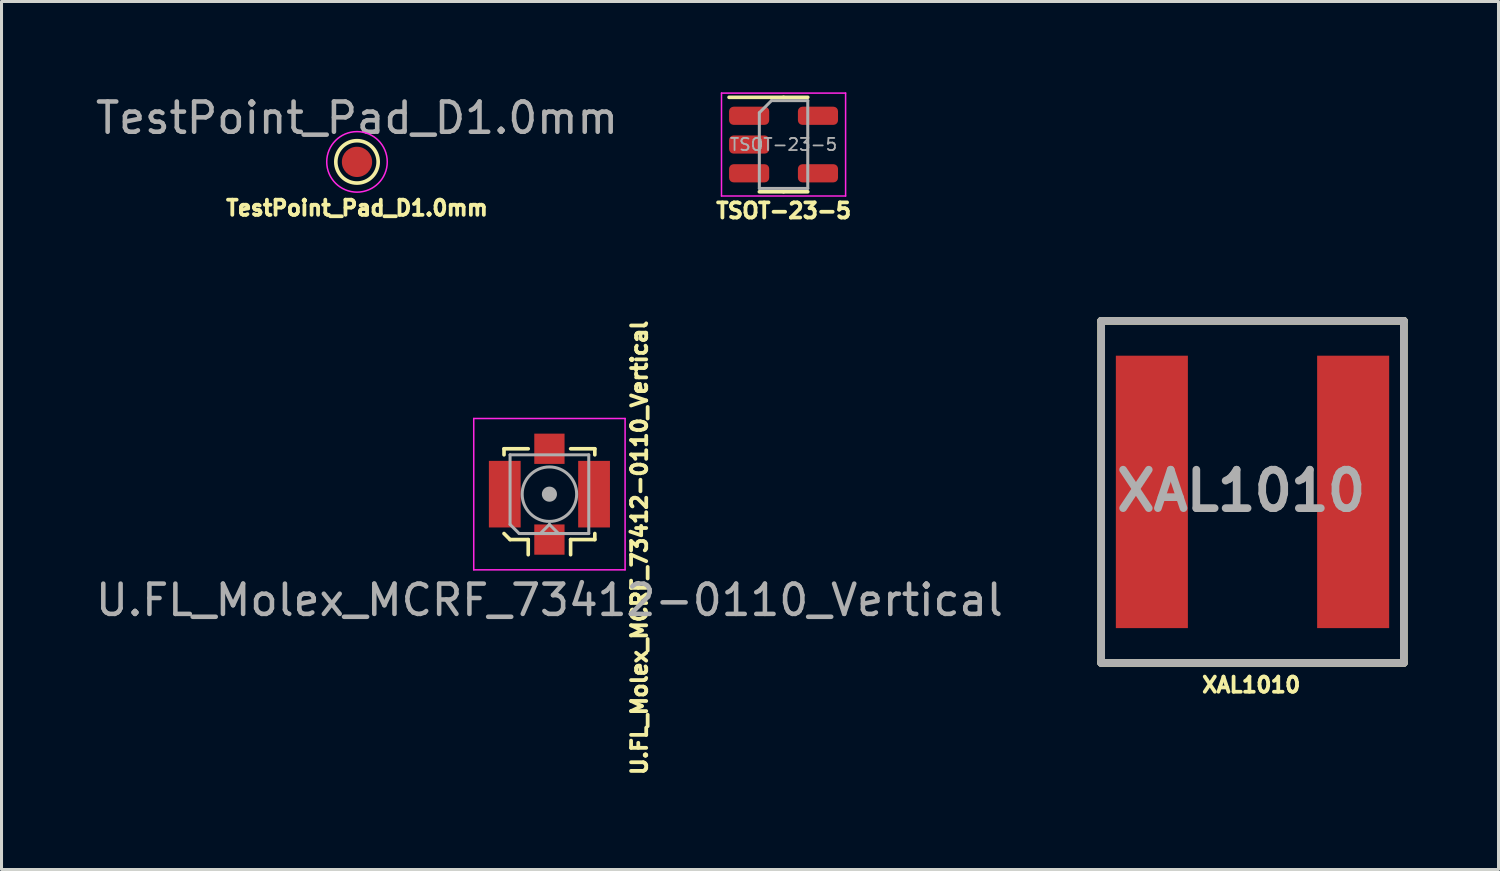
<source format=kicad_pcb>
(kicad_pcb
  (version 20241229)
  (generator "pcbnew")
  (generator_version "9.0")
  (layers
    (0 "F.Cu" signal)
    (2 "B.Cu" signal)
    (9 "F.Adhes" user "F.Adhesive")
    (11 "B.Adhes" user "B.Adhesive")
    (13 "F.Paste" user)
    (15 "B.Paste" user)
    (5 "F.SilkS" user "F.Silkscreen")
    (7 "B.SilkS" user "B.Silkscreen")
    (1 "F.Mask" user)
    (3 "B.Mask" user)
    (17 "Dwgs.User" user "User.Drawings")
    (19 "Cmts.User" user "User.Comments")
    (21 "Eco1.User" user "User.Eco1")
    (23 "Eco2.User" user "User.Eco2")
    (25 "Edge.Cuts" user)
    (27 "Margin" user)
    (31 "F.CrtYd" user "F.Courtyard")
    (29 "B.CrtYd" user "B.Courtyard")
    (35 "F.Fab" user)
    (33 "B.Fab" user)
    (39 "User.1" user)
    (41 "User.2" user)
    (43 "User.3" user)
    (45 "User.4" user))
  (footprint "U.FL_Molex_MCRF_73412-0110_Vertical"
    (layer "F.Cu")
    (at 15.101 13.276)
    (property "Reference" "U.FL_Molex_MCRF_73412-0110_Vertical" (at 2.973 1.773 90) (layer "F.SilkS") (effects (font (size 0.5 0.5) (thickness 0.125))))
    (attr smd)
    (fp_line (start -1.5 -1.5) (end -0.7 -1.5) (stroke (width 0.12) (type solid)) (layer "F.SilkS"))
    (fp_line (start -1.5 -1.3) (end -1.5 -1.5) (stroke (width 0.12) (type solid)) (layer "F.SilkS"))
    (fp_line (start -1.3 1.5) (end -1.5 1.3) (stroke (width 0.12) (type solid)) (layer "F.SilkS"))
    (fp_line (start -0.7 1.5) (end -1.3 1.5) (stroke (width 0.12) (type solid)) (layer "F.SilkS"))
    (fp_line (start -0.7 1.5) (end -0.7 2) (stroke (width 0.12) (type solid)) (layer "F.SilkS"))
    (fp_line (start 0.7 -1.5) (end 1.5 -1.5) (stroke (width 0.12) (type solid)) (layer "F.SilkS"))
    (fp_line (start 0.7 1.5) (end 0.7 2) (stroke (width 0.12) (type solid)) (layer "F.SilkS"))
    (fp_line (start 1.5 -1.5) (end 1.5 -1.3) (stroke (width 0.12) (type solid)) (layer "F.SilkS"))
    (fp_line (start 1.5 1.3) (end 1.5 1.5) (stroke (width 0.12) (type solid)) (layer "F.SilkS"))
    (fp_line (start 1.5 1.5) (end 0.7 1.5) (stroke (width 0.12) (type solid)) (layer "F.SilkS"))
    (fp_line (start -2.5 -2.5) (end -2.5 2.5) (stroke (width 0.05) (type solid)) (layer "F.CrtYd"))
    (fp_line (start -2.5 2.5) (end 2.5 2.5) (stroke (width 0.05) (type solid)) (layer "F.CrtYd"))
    (fp_line (start 2.5 -2.5) (end -2.5 -2.5) (stroke (width 0.05) (type solid)) (layer "F.CrtYd"))
    (fp_line (start 2.5 2.5) (end 2.5 -2.5) (stroke (width 0.05) (type solid)) (layer "F.CrtYd"))
    (fp_line (start -1.3 -1.3) (end -1.3 1) (stroke (width 0.1) (type solid)) (layer "F.Fab"))
    (fp_line (start -1.3 -1.3) (end 1.3 -1.3) (stroke (width 0.1) (type solid)) (layer "F.Fab"))
    (fp_line (start -1.3 1) (end -1 1.3) (stroke (width 0.1) (type solid)) (layer "F.Fab"))
    (fp_line (start -1 1.3) (end 1.3 1.3) (stroke (width 0.1) (type solid)) (layer "F.Fab"))
    (fp_line (start -0.3 1.3) (end 0 1) (stroke (width 0.1) (type solid)) (layer "F.Fab"))
    (fp_line (start 0 1) (end 0.3 1.3) (stroke (width 0.1) (type solid)) (layer "F.Fab"))
    (fp_line (start 1.3 -1.3) (end 1.3 1.3) (stroke (width 0.1) (type solid)) (layer "F.Fab"))
    (fp_circle (center 0 0) (end 0 0.05) (stroke (width 0.1) (type solid)) (fill no) (layer "F.Fab"))
    (fp_circle (center 0 0) (end 0 0.125) (stroke (width 0.1) (type solid)) (fill no) (layer "F.Fab"))
    (fp_circle (center 0 0) (end 0 0.2) (stroke (width 0.1) (type solid)) (fill no) (layer "F.Fab"))
    (fp_circle (center 0 0) (end 0.9 0) (stroke (width 0.1) (type solid)) (fill no) (layer "F.Fab"))
    (fp_text user "${REFERENCE}" (at 0 3.5 180) (layer "F.Fab") (effects (font (size 1 1) (thickness 0.15))))
    (pad "1" smd rect (at 0 1.5) (size 1 1) (layers "F.Cu" "F.Mask" "F.Paste"))
    (pad "2" smd rect (at -1.475 0) (size 1.05 2.2) (layers "F.Cu" "F.Mask" "F.Paste"))
    (pad "2" smd rect (at 0 -1.5) (size 1 1) (layers "F.Cu" "F.Mask" "F.Paste"))
    (pad "2" smd rect (at 1.475 0) (size 1.05 2.2) (layers "F.Cu" "F.Mask" "F.Paste")))
  (footprint "TSOT-23-5"
    (layer "F.Cu")
    (at 22.836 1.725)
    (property "Reference" "TSOT-23-5" (at 0.004 2.187 0) (layer "F.SilkS") (effects (font (size 0.5 0.5) (thickness 0.125))))
    (attr smd)
    (fp_line (start 0 -1.56) (end -1.8 -1.56) (stroke (width 0.12) (type solid)) (layer "F.SilkS"))
    (fp_line (start 0 -1.56) (end 0.8 -1.56) (stroke (width 0.12) (type solid)) (layer "F.SilkS"))
    (fp_line (start 0 1.56) (end -0.8 1.56) (stroke (width 0.12) (type solid)) (layer "F.SilkS"))
    (fp_line (start 0 1.56) (end 0.8 1.56) (stroke (width 0.12) (type solid)) (layer "F.SilkS"))
    (fp_line (start -2.05 -1.7) (end -2.05 1.7) (stroke (width 0.05) (type solid)) (layer "F.CrtYd"))
    (fp_line (start -2.05 1.7) (end 2.05 1.7) (stroke (width 0.05) (type solid)) (layer "F.CrtYd"))
    (fp_line (start 2.05 -1.7) (end -2.05 -1.7) (stroke (width 0.05) (type solid)) (layer "F.CrtYd"))
    (fp_line (start 2.05 1.7) (end 2.05 -1.7) (stroke (width 0.05) (type solid)) (layer "F.CrtYd"))
    (fp_line (start -0.8 -1.05) (end -0.4 -1.45) (stroke (width 0.1) (type solid)) (layer "F.Fab"))
    (fp_line (start -0.8 1.45) (end -0.8 -1.05) (stroke (width 0.1) (type solid)) (layer "F.Fab"))
    (fp_line (start -0.4 -1.45) (end 0.8 -1.45) (stroke (width 0.1) (type solid)) (layer "F.Fab"))
    (fp_line (start 0.8 -1.45) (end 0.8 1.45) (stroke (width 0.1) (type solid)) (layer "F.Fab"))
    (fp_line (start 0.8 1.45) (end -0.8 1.45) (stroke (width 0.1) (type solid)) (layer "F.Fab"))
    (fp_text user "${REFERENCE}" (at 0 0 0) (layer "F.Fab") (effects (font (size 0.4 0.4) (thickness 0.06))))
    (pad "1" smd roundrect (at -1.137 -0.95) (size 1.325 0.6) (layers "F.Cu" "F.Mask" "F.Paste") (roundrect_rratio 0.25))
    (pad "2" smd roundrect (at -1.137 0) (size 1.325 0.6) (layers "F.Cu" "F.Mask" "F.Paste") (roundrect_rratio 0.25))
    (pad "3" smd roundrect (at -1.137 0.95) (size 1.325 0.6) (layers "F.Cu" "F.Mask" "F.Paste") (roundrect_rratio 0.25))
    (pad "4" smd roundrect (at 1.137 0.95) (size 1.325 0.6) (layers "F.Cu" "F.Mask" "F.Paste") (roundrect_rratio 0.25))
    (pad "5" smd roundrect (at 1.137 -0.95) (size 1.325 0.6) (layers "F.Cu" "F.Mask" "F.Paste") (roundrect_rratio 0.25)))
  (footprint "XAL1010"
    (layer "F.Cu")
    (at 38.329 13.201)
    (property "Reference" "XAL1010" (at -0.042 6.377 0) (layer "F.SilkS") (effects (font (size 0.5 0.5) (thickness 0.125))))
    (attr smd)
    (fp_line (start -5 -5.65) (end -5 5.65) (stroke (width 0.254) (type solid)) (layer "F.SilkS"))
    (fp_line (start -5 5.65) (end 5 5.65) (stroke (width 0.254) (type solid)) (layer "F.SilkS"))
    (fp_line (start 5 -5.65) (end -5 -5.65) (stroke (width 0.254) (type solid)) (layer "F.SilkS"))
    (fp_line (start 5 5.65) (end 5 -5.65) (stroke (width 0.254) (type solid)) (layer "F.SilkS"))
    (fp_line (start -5 -5.65) (end 5 -5.65) (stroke (width 0.254) (type solid)) (layer "F.Fab"))
    (fp_line (start -5 5.65) (end -5 -5.65) (stroke (width 0.254) (type solid)) (layer "F.Fab"))
    (fp_line (start 5 -5.65) (end 5 5.65) (stroke (width 0.254) (type solid)) (layer "F.Fab"))
    (fp_line (start 5 5.65) (end -5 5.65) (stroke (width 0.254) (type solid)) (layer "F.Fab"))
    (fp_text user "${REFERENCE}" (at -0.374 -0.038 0) (layer "F.Fab") (effects (font (size 1.27 1.27) (thickness 0.254))))
    (pad "1" smd rect (at -3.325 0) (size 2.38 9) (layers "F.Cu" "F.Mask" "F.Paste"))
    (pad "2" smd rect (at 3.325 0) (size 2.38 9) (layers "F.Cu" "F.Mask" "F.Paste")))
  (footprint "TestPoint_Pad_D1.0mm"
    (layer "F.Cu")
    (at 8.744 2.298)
    (property "Reference" "TestPoint_Pad_D1.0mm" (at 0 1.524 0) (layer "F.SilkS") (effects (font (size 0.5 0.5) (thickness 0.125))))
    (attr exclude_from_pos_files)
    (fp_circle (center 0 0) (end 0 0.7) (stroke (width 0.12) (type solid)) (fill no) (layer "F.SilkS"))
    (fp_circle (center 0 0) (end 1 0) (stroke (width 0.05) (type solid)) (fill no) (layer "F.CrtYd"))
    (fp_text user "${REFERENCE}" (at 0 -1.45 0) (layer "F.Fab") (effects (font (size 1 1) (thickness 0.15))))
    (pad "1" smd circle (at 0 0) (size 1 1) (layers "F.Cu" "F.Mask")))
  (gr_rect
    (start -3 -3)
    (end 46.456 25.675)
    (stroke (width 0.1) (type default))
    (fill no)
    (layer "Edge.Cuts")))
</source>
